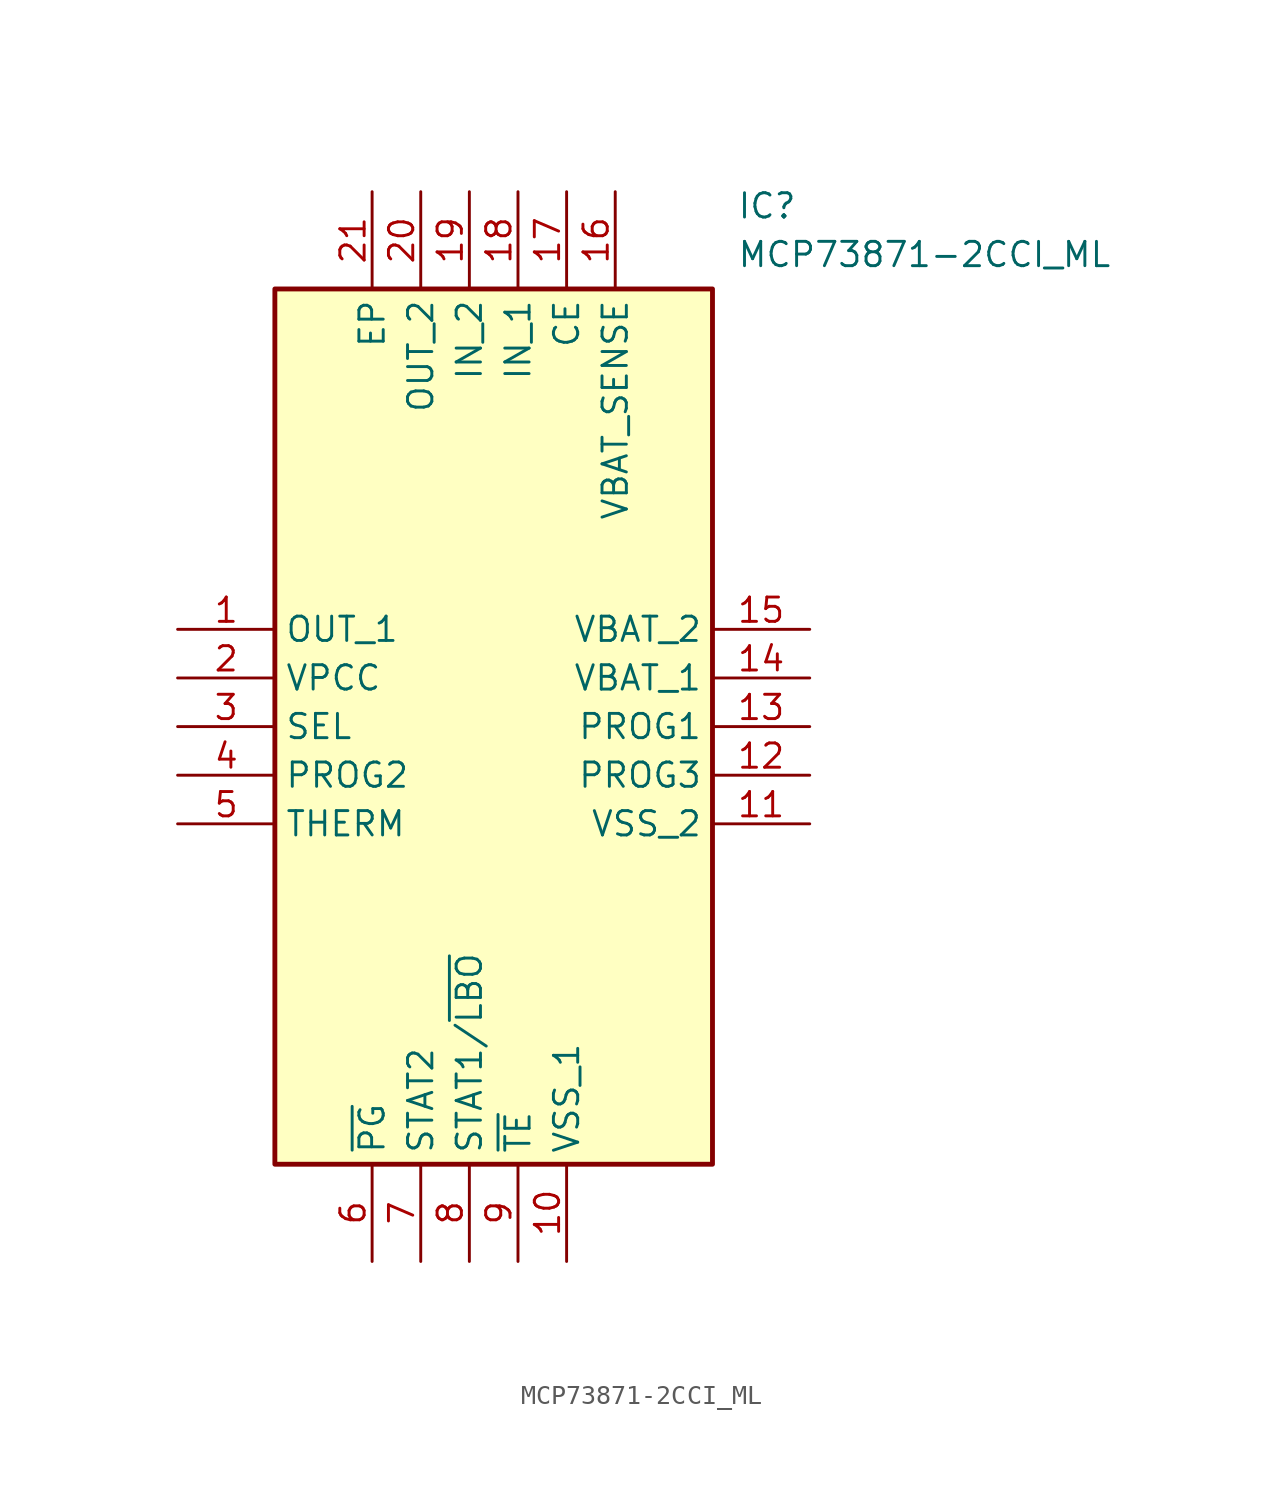
<source format=kicad_sym>
(kicad_symbol_lib
  (version 20211014)
  (generator SamacSys_ECAD_Model)
  (symbol "MCP73871-2CCI_ML"
    (property "Reference" "IC"
      (at 29.21 22.86 0)
      (effects (font (size 1.27 1.27)) (justify left top)))
    (property "Value" "MCP73871-2CCI_ML"
      (at 29.21 20.32 0)
      (effects (font (size 1.27 1.27)) (justify left top)))
    (rectangle
      (start 5.08 17.78)
      (end 27.94 -27.94)
      (stroke (width 0.254) (type default))
      (fill (type background)))
    (pin passive line
      (at 0 0 0)
      (length 5.08)
      (name "OUT_1" (effects (font (size 1.27 1.27))))
      (number "1" (effects (font (size 1.27 1.27)))))
    (pin passive line
      (at 0 -2.54 0)
      (length 5.08)
      (name "VPCC" (effects (font (size 1.27 1.27))))
      (number "2" (effects (font (size 1.27 1.27)))))
    (pin passive line
      (at 0 -5.08 0)
      (length 5.08)
      (name "SEL" (effects (font (size 1.27 1.27))))
      (number "3" (effects (font (size 1.27 1.27)))))
    (pin passive line
      (at 0 -7.62 0)
      (length 5.08)
      (name "PROG2" (effects (font (size 1.27 1.27))))
      (number "4" (effects (font (size 1.27 1.27)))))
    (pin passive line
      (at 0 -10.16 0)
      (length 5.08)
      (name "THERM" (effects (font (size 1.27 1.27))))
      (number "5" (effects (font (size 1.27 1.27)))))
    (pin passive line
      (at 10.16 -33.02 90)
      (length 5.08)
      (name "~{PG}" (effects (font (size 1.27 1.27))))
      (number "6" (effects (font (size 1.27 1.27)))))
    (pin passive line
      (at 12.7 -33.02 90)
      (length 5.08)
      (name "STAT2" (effects (font (size 1.27 1.27))))
      (number "7" (effects (font (size 1.27 1.27)))))
    (pin passive line
      (at 15.24 -33.02 90)
      (length 5.08)
      (name "STAT1/~{LBO}" (effects (font (size 1.27 1.27))))
      (number "8" (effects (font (size 1.27 1.27)))))
    (pin passive line
      (at 17.78 -33.02 90)
      (length 5.08)
      (name "~{TE}" (effects (font (size 1.27 1.27))))
      (number "9" (effects (font (size 1.27 1.27)))))
    (pin passive line
      (at 20.32 -33.02 90)
      (length 5.08)
      (name "VSS_1" (effects (font (size 1.27 1.27))))
      (number "10" (effects (font (size 1.27 1.27)))))
    (pin passive line
      (at 33.02 0 180)
      (length 5.08)
      (name "VBAT_2" (effects (font (size 1.27 1.27))))
      (number "15" (effects (font (size 1.27 1.27)))))
    (pin passive line
      (at 33.02 -2.54 180)
      (length 5.08)
      (name "VBAT_1" (effects (font (size 1.27 1.27))))
      (number "14" (effects (font (size 1.27 1.27)))))
    (pin passive line
      (at 33.02 -5.08 180)
      (length 5.08)
      (name "PROG1" (effects (font (size 1.27 1.27))))
      (number "13" (effects (font (size 1.27 1.27)))))
    (pin passive line
      (at 33.02 -7.62 180)
      (length 5.08)
      (name "PROG3" (effects (font (size 1.27 1.27))))
      (number "12" (effects (font (size 1.27 1.27)))))
    (pin passive line
      (at 33.02 -10.16 180)
      (length 5.08)
      (name "VSS_2" (effects (font (size 1.27 1.27))))
      (number "11" (effects (font (size 1.27 1.27)))))
    (pin passive line
      (at 10.16 22.86 270)
      (length 5.08)
      (name "EP" (effects (font (size 1.27 1.27))))
      (number "21" (effects (font (size 1.27 1.27)))))
    (pin passive line
      (at 12.7 22.86 270)
      (length 5.08)
      (name "OUT_2" (effects (font (size 1.27 1.27))))
      (number "20" (effects (font (size 1.27 1.27)))))
    (pin passive line
      (at 15.24 22.86 270)
      (length 5.08)
      (name "IN_2" (effects (font (size 1.27 1.27))))
      (number "19" (effects (font (size 1.27 1.27)))))
    (pin passive line
      (at 17.78 22.86 270)
      (length 5.08)
      (name "IN_1" (effects (font (size 1.27 1.27))))
      (number "18" (effects (font (size 1.27 1.27)))))
    (pin passive line
      (at 20.32 22.86 270)
      (length 5.08)
      (name "CE" (effects (font (size 1.27 1.27))))
      (number "17" (effects (font (size 1.27 1.27)))))
    (pin passive line
      (at 22.86 22.86 270)
      (length 5.08)
      (name "VBAT_SENSE" (effects (font (size 1.27 1.27))))
      (number "16" (effects (font (size 1.27 1.27)))))))
</source>
